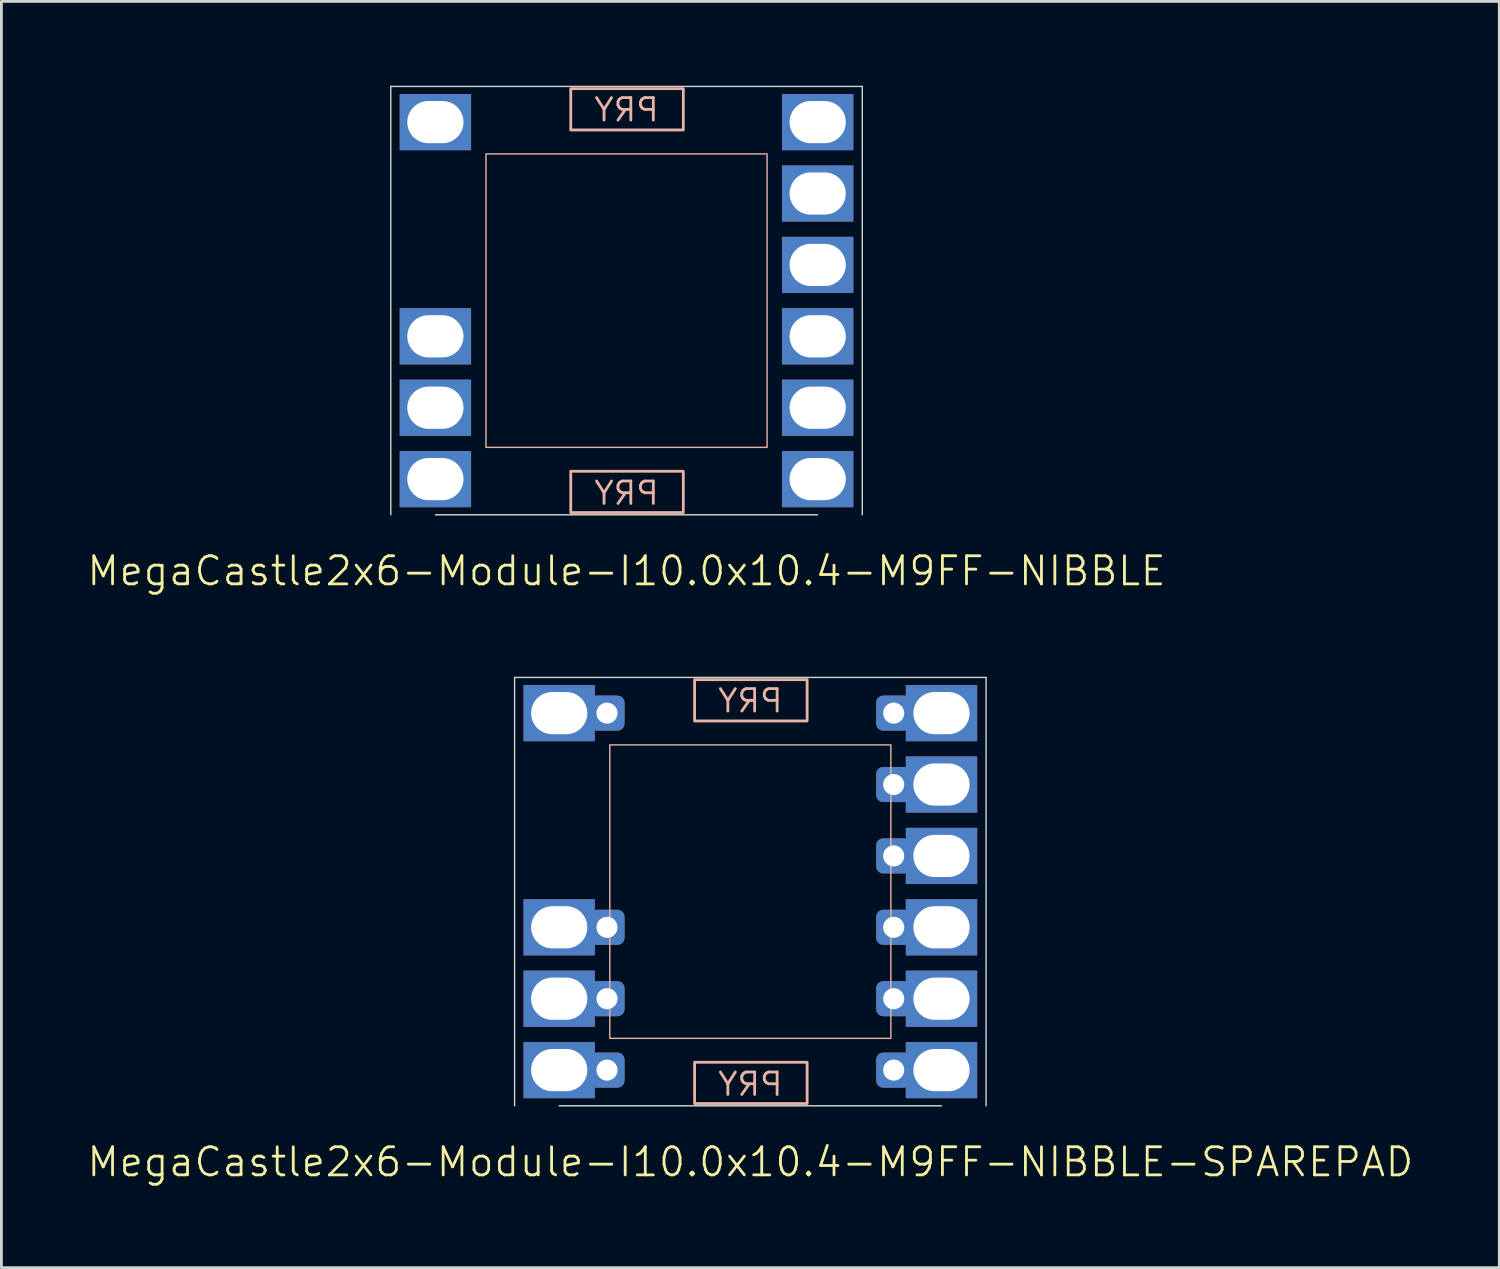
<source format=kicad_pcb>
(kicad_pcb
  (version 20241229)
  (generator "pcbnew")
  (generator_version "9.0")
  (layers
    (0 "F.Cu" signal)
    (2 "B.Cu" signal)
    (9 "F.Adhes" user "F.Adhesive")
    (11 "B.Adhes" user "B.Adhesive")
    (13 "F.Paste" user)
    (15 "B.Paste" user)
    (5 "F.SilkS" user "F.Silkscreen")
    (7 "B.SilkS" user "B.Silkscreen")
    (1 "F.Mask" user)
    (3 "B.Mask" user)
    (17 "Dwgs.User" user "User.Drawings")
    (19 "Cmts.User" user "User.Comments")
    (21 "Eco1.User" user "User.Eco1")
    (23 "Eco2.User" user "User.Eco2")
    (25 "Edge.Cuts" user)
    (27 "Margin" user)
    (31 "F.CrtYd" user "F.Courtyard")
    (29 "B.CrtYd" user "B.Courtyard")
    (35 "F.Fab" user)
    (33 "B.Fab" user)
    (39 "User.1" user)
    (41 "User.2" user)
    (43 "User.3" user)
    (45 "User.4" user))
  (footprint "MegaCastle2x6-Module-I10.0x10.4-M9FF-NIBBLE"
    (layer "F.Cu")
    (at 19.24 7.645)
    (property "Reference" "MegaCastle2x6-Module-I10.0x10.4-M9FF-NIBBLE" (at 0 9.62 0) (unlocked yes) (layer "F.SilkS") (effects (font (size 1 1) (thickness 0.1))))
    (attr smd)
    (fp_rect (start -5 5.22) (end 5 -5.22) (stroke (width 0.05) (type default)) (fill no) (layer "B.SilkS"))
    (fp_rect (start -1.984 -6.071) (end 2.02 -7.54) (stroke (width 0.1) (type default)) (fill no) (layer "B.SilkS"))
    (fp_rect (start -1.984 6.071) (end 2.02 7.54) (stroke (width 0.1) (type default)) (fill no) (layer "B.SilkS"))
    (fp_line (start -8.387 -7.62) (end -8.387 7.62) (stroke (width 0.05) (type default)) (layer "Edge.Cuts"))
    (fp_line (start -8.387 -7.62) (end 8.387 -7.62) (stroke (width 0.05) (type default)) (layer "Edge.Cuts"))
    (fp_line (start -6.8 7.62) (end 6.8 7.62) (stroke (width 0.05) (type default)) (layer "Edge.Cuts"))
    (fp_line (start 8.387 -7.62) (end 8.387 7.62) (stroke (width 0.05) (type default)) (layer "Edge.Cuts"))
    (fp_text user "PRY" (at 0 7.32 0) (unlocked yes) (layer "B.SilkS") (effects (font (size 0.8 0.8) (thickness 0.1)) (justify bottom mirror)))
    (fp_text user "PRY" (at 0 -6.32 0) (unlocked yes) (layer "B.SilkS") (effects (font (size 0.8 0.8) (thickness 0.1)) (justify bottom mirror)))
    (pad "1" thru_hole rect (at -6.8 -6.35) (size 2.54 2) (drill oval 2 1.5) (property pad_prop_castellated) (layers "*.Cu" "*.Mask"))
    (pad "4" thru_hole rect (at -6.8 1.27) (size 2.54 2) (drill oval 2 1.5) (property pad_prop_castellated) (layers "*.Cu" "*.Mask"))
    (pad "5" thru_hole rect (at -6.8 3.81) (size 2.54 2) (drill oval 2 1.5) (property pad_prop_castellated) (layers "*.Cu" "*.Mask"))
    (pad "6" thru_hole rect (at -6.8 6.35) (size 2.54 2) (drill oval 2 1.5) (property pad_prop_castellated) (layers "*.Cu" "*.Mask"))
    (pad "7" thru_hole rect (at 6.8 -6.35) (size 2.54 2) (drill oval 2 1.5) (property pad_prop_castellated) (layers "*.Cu" "*.Mask"))
    (pad "8" thru_hole rect (at 6.8 -3.81) (size 2.54 2) (drill oval 2 1.5) (property pad_prop_castellated) (layers "*.Cu" "*.Mask"))
    (pad "9" thru_hole rect (at 6.8 -1.27) (size 2.54 2) (drill oval 2 1.5) (property pad_prop_castellated) (layers "*.Cu" "*.Mask"))
    (pad "10" thru_hole rect (at 6.8 1.27) (size 2.54 2) (drill oval 2 1.5) (property pad_prop_castellated) (layers "*.Cu" "*.Mask"))
    (pad "11" thru_hole rect (at 6.8 3.81) (size 2.54 2) (drill oval 2 1.5) (property pad_prop_castellated) (layers "*.Cu" "*.Mask"))
    (pad "12" thru_hole rect (at 6.8 6.35) (size 2.54 2) (drill oval 2 1.5) (property pad_prop_castellated) (layers "*.Cu" "*.Mask"))
    (zone (net_name "") (layer "B.Cu") (hatch edge 0.5) (connect_pads) (min_thickness 0.25) (filled_areas_thickness no) (keepout (tracks allowed) (vias allowed) (pads allowed) (copperpour allowed) (footprints not_allowed)) (placement (enabled no)) (fill) (polygon (pts (xy 12.44 15.265) (xy 12.44 0.025) (xy 14.24 0.025) (xy 14.24 15.265))))
    (zone (net_name "") (layer "B.Cu") (hatch edge 0.5) (connect_pads) (min_thickness 0.25) (filled_areas_thickness no) (keepout (tracks allowed) (vias allowed) (pads allowed) (copperpour allowed) (footprints not_allowed)) (placement (enabled no)) (fill) (polygon (pts (xy 14.24 0.025) (xy 14.24 2.425) (xy 24.24 2.425) (xy 24.24 0.025))))
    (zone (net_name "") (layer "B.Cu") (hatch edge 0.5) (connect_pads) (min_thickness 0.25) (filled_areas_thickness no) (keepout (tracks allowed) (vias allowed) (pads allowed) (copperpour allowed) (footprints not_allowed)) (placement (enabled no)) (fill) (polygon (pts (xy 14.24 15.265) (xy 14.24 12.865) (xy 24.24 12.865) (xy 24.24 15.265))))
    (zone (net_name "") (layer "B.Cu") (name "Upper Pry Zone") (hatch edge 0.5) (connect_pads) (min_thickness 0.25) (filled_areas_thickness no) (keepout (tracks not_allowed) (vias not_allowed) (pads not_allowed) (copperpour allowed) (footprints not_allowed)) (placement (enabled no)) (fill) (polygon (pts (xy 17.256 1.574) (xy 17.256 0.105) (xy 21.26 0.105) (xy 21.26 1.574))))
    (zone (net_name "") (layer "B.Cu") (name "Upper Pry Zone") (hatch edge 0.5) (connect_pads) (min_thickness 0.25) (filled_areas_thickness no) (keepout (tracks not_allowed) (vias not_allowed) (pads not_allowed) (copperpour allowed) (footprints not_allowed)) (placement (enabled no)) (fill) (polygon (pts (xy 17.256 13.716) (xy 17.256 15.185) (xy 21.26 15.185) (xy 21.26 13.716))))
    (zone (net_name "") (layer "B.Cu") (hatch edge 0.5) (connect_pads) (min_thickness 0.25) (filled_areas_thickness no) (keepout (tracks allowed) (vias allowed) (pads allowed) (copperpour allowed) (footprints not_allowed)) (placement (enabled no)) (fill) (polygon (pts (xy 26.04 15.265) (xy 26.04 0.025) (xy 24.24 0.025) (xy 24.24 15.265)))))
  (footprint "MegaCastle2x6-Module-I10.0x10.4-M9FF-NIBBLE-SPAREPAD"
    (layer "F.Cu")
    (at 23.645 28.671)
    (property "Reference" "MegaCastle2x6-Module-I10.0x10.4-M9FF-NIBBLE-SPAREPAD" (at 0 9.62 0) (unlocked yes) (layer "F.SilkS") (effects (font (size 1 1) (thickness 0.1))))
    (attr smd)
    (fp_rect (start -5 5.22) (end 5 -5.22) (stroke (width 0.05) (type default)) (fill no) (layer "B.SilkS"))
    (fp_rect (start -1.984 -6.071) (end 2.02 -7.54) (stroke (width 0.1) (type default)) (fill no) (layer "B.SilkS"))
    (fp_rect (start -1.984 6.071) (end 2.02 7.54) (stroke (width 0.1) (type default)) (fill no) (layer "B.SilkS"))
    (fp_line (start -8.387 -7.62) (end -8.387 7.62) (stroke (width 0.05) (type default)) (layer "Edge.Cuts"))
    (fp_line (start -8.387 -7.62) (end 8.387 -7.62) (stroke (width 0.05) (type default)) (layer "Edge.Cuts"))
    (fp_line (start -6.8 7.62) (end 6.8 7.62) (stroke (width 0.05) (type default)) (layer "Edge.Cuts"))
    (fp_line (start 8.387 -7.62) (end 8.387 7.62) (stroke (width 0.05) (type default)) (layer "Edge.Cuts"))
    (fp_text user "PRY" (at 0 7.32 0) (unlocked yes) (layer "B.SilkS") (effects (font (size 0.8 0.8) (thickness 0.1)) (justify bottom mirror)))
    (fp_text user "PRY" (at 0 -6.32 0) (unlocked yes) (layer "B.SilkS") (effects (font (size 0.8 0.8) (thickness 0.1)) (justify bottom mirror)))
    (pad "1" thru_hole rect (at -6.8 -6.35) (size 2.54 2) (drill oval 2 1.5) (property pad_prop_castellated) (layers "*.Cu" "*.Mask"))
    (pad "1" thru_hole roundrect (at -5.1 -6.35 180) (size 1.25 1.25) (drill 0.75) (layers "*.Cu" "*.Mask") (roundrect_rratio 0.2))
    (pad "4" thru_hole rect (at -6.8 1.27) (size 2.54 2) (drill oval 2 1.5) (property pad_prop_castellated) (layers "*.Cu" "*.Mask"))
    (pad "4" thru_hole roundrect (at -5.1 1.27 180) (size 1.25 1.25) (drill 0.75) (layers "*.Cu" "*.Mask") (roundrect_rratio 0.2))
    (pad "5" thru_hole rect (at -6.8 3.81) (size 2.54 2) (drill oval 2 1.5) (property pad_prop_castellated) (layers "*.Cu" "*.Mask"))
    (pad "5" thru_hole roundrect (at -5.1 3.81 180) (size 1.25 1.25) (drill 0.75) (layers "*.Cu" "*.Mask") (roundrect_rratio 0.2))
    (pad "6" thru_hole rect (at -6.8 6.35) (size 2.54 2) (drill oval 2 1.5) (property pad_prop_castellated) (layers "*.Cu" "*.Mask"))
    (pad "6" thru_hole roundrect (at -5.1 6.35 180) (size 1.25 1.25) (drill 0.75) (layers "*.Cu" "*.Mask") (roundrect_rratio 0.2))
    (pad "7" thru_hole roundrect (at 5.1 -6.35 180) (size 1.25 1.25) (drill 0.75) (layers "*.Cu" "*.Mask") (roundrect_rratio 0.2))
    (pad "7" thru_hole rect (at 6.8 -6.35) (size 2.54 2) (drill oval 2 1.5) (property pad_prop_castellated) (layers "*.Cu" "*.Mask"))
    (pad "8" thru_hole roundrect (at 5.1 -3.81 180) (size 1.25 1.25) (drill 0.75) (layers "*.Cu" "*.Mask") (roundrect_rratio 0.2))
    (pad "8" thru_hole rect (at 6.8 -3.81) (size 2.54 2) (drill oval 2 1.5) (property pad_prop_castellated) (layers "*.Cu" "*.Mask"))
    (pad "9" thru_hole roundrect (at 5.1 -1.27 180) (size 1.25 1.25) (drill 0.75) (layers "*.Cu" "*.Mask") (roundrect_rratio 0.2))
    (pad "9" thru_hole rect (at 6.8 -1.27) (size 2.54 2) (drill oval 2 1.5) (property pad_prop_castellated) (layers "*.Cu" "*.Mask"))
    (pad "10" thru_hole roundrect (at 5.1 1.27 180) (size 1.25 1.25) (drill 0.75) (layers "*.Cu" "*.Mask") (roundrect_rratio 0.2))
    (pad "10" thru_hole rect (at 6.8 1.27) (size 2.54 2) (drill oval 2 1.5) (property pad_prop_castellated) (layers "*.Cu" "*.Mask"))
    (pad "11" thru_hole roundrect (at 5.1 3.81 180) (size 1.25 1.25) (drill 0.75) (layers "*.Cu" "*.Mask") (roundrect_rratio 0.2))
    (pad "11" thru_hole rect (at 6.8 3.81) (size 2.54 2) (drill oval 2 1.5) (property pad_prop_castellated) (layers "*.Cu" "*.Mask"))
    (pad "12" thru_hole roundrect (at 5.1 6.35 180) (size 1.25 1.25) (drill 0.75) (layers "*.Cu" "*.Mask") (roundrect_rratio 0.2))
    (pad "12" thru_hole rect (at 6.8 6.35) (size 2.54 2) (drill oval 2 1.5) (property pad_prop_castellated) (layers "*.Cu" "*.Mask"))
    (zone (net_name "") (layer "B.Cu") (hatch edge 0.5) (connect_pads) (min_thickness 0.25) (filled_areas_thickness no) (keepout (tracks allowed) (vias allowed) (pads allowed) (copperpour allowed) (footprints not_allowed)) (placement (enabled no)) (fill) (polygon (pts (xy 16.845 36.291) (xy 16.845 21.05) (xy 18.645 21.05) (xy 18.645 36.291))))
    (zone (net_name "") (layer "B.Cu") (hatch edge 0.5) (connect_pads) (min_thickness 0.25) (filled_areas_thickness no) (keepout (tracks allowed) (vias allowed) (pads allowed) (copperpour allowed) (footprints not_allowed)) (placement (enabled no)) (fill) (polygon (pts (xy 18.645 21.05) (xy 18.645 23.451) (xy 28.645 23.451) (xy 28.645 21.05))))
    (zone (net_name "") (layer "B.Cu") (hatch edge 0.5) (connect_pads) (min_thickness 0.25) (filled_areas_thickness no) (keepout (tracks allowed) (vias allowed) (pads allowed) (copperpour allowed) (footprints not_allowed)) (placement (enabled no)) (fill) (polygon (pts (xy 18.645 36.291) (xy 18.645 33.891) (xy 28.645 33.891) (xy 28.645 36.291))))
    (zone (net_name "") (layer "B.Cu") (name "Upper Pry Zone") (hatch edge 0.5) (connect_pads) (min_thickness 0.25) (filled_areas_thickness no) (keepout (tracks not_allowed) (vias not_allowed) (pads not_allowed) (copperpour allowed) (footprints not_allowed)) (placement (enabled no)) (fill) (polygon (pts (xy 21.661 22.599) (xy 21.661 21.131) (xy 25.665 21.131) (xy 25.665 22.599))))
    (zone (net_name "") (layer "B.Cu") (name "Upper Pry Zone") (hatch edge 0.5) (connect_pads) (min_thickness 0.25) (filled_areas_thickness no) (keepout (tracks not_allowed) (vias not_allowed) (pads not_allowed) (copperpour allowed) (footprints not_allowed)) (placement (enabled no)) (fill) (polygon (pts (xy 21.661 34.742) (xy 21.661 36.211) (xy 25.665 36.211) (xy 25.665 34.742))))
    (zone (net_name "") (layer "B.Cu") (hatch edge 0.5) (connect_pads) (min_thickness 0.25) (filled_areas_thickness no) (keepout (tracks allowed) (vias allowed) (pads allowed) (copperpour allowed) (footprints not_allowed)) (placement (enabled no)) (fill) (polygon (pts (xy 30.445 36.291) (xy 30.445 21.05) (xy 28.645 21.05) (xy 28.645 36.291)))))
  (gr_rect
    (start -3 -3)
    (end 50.29 42.051)
    (stroke (width 0.1) (type default))
    (fill no)
    (layer "Edge.Cuts")))
</source>
